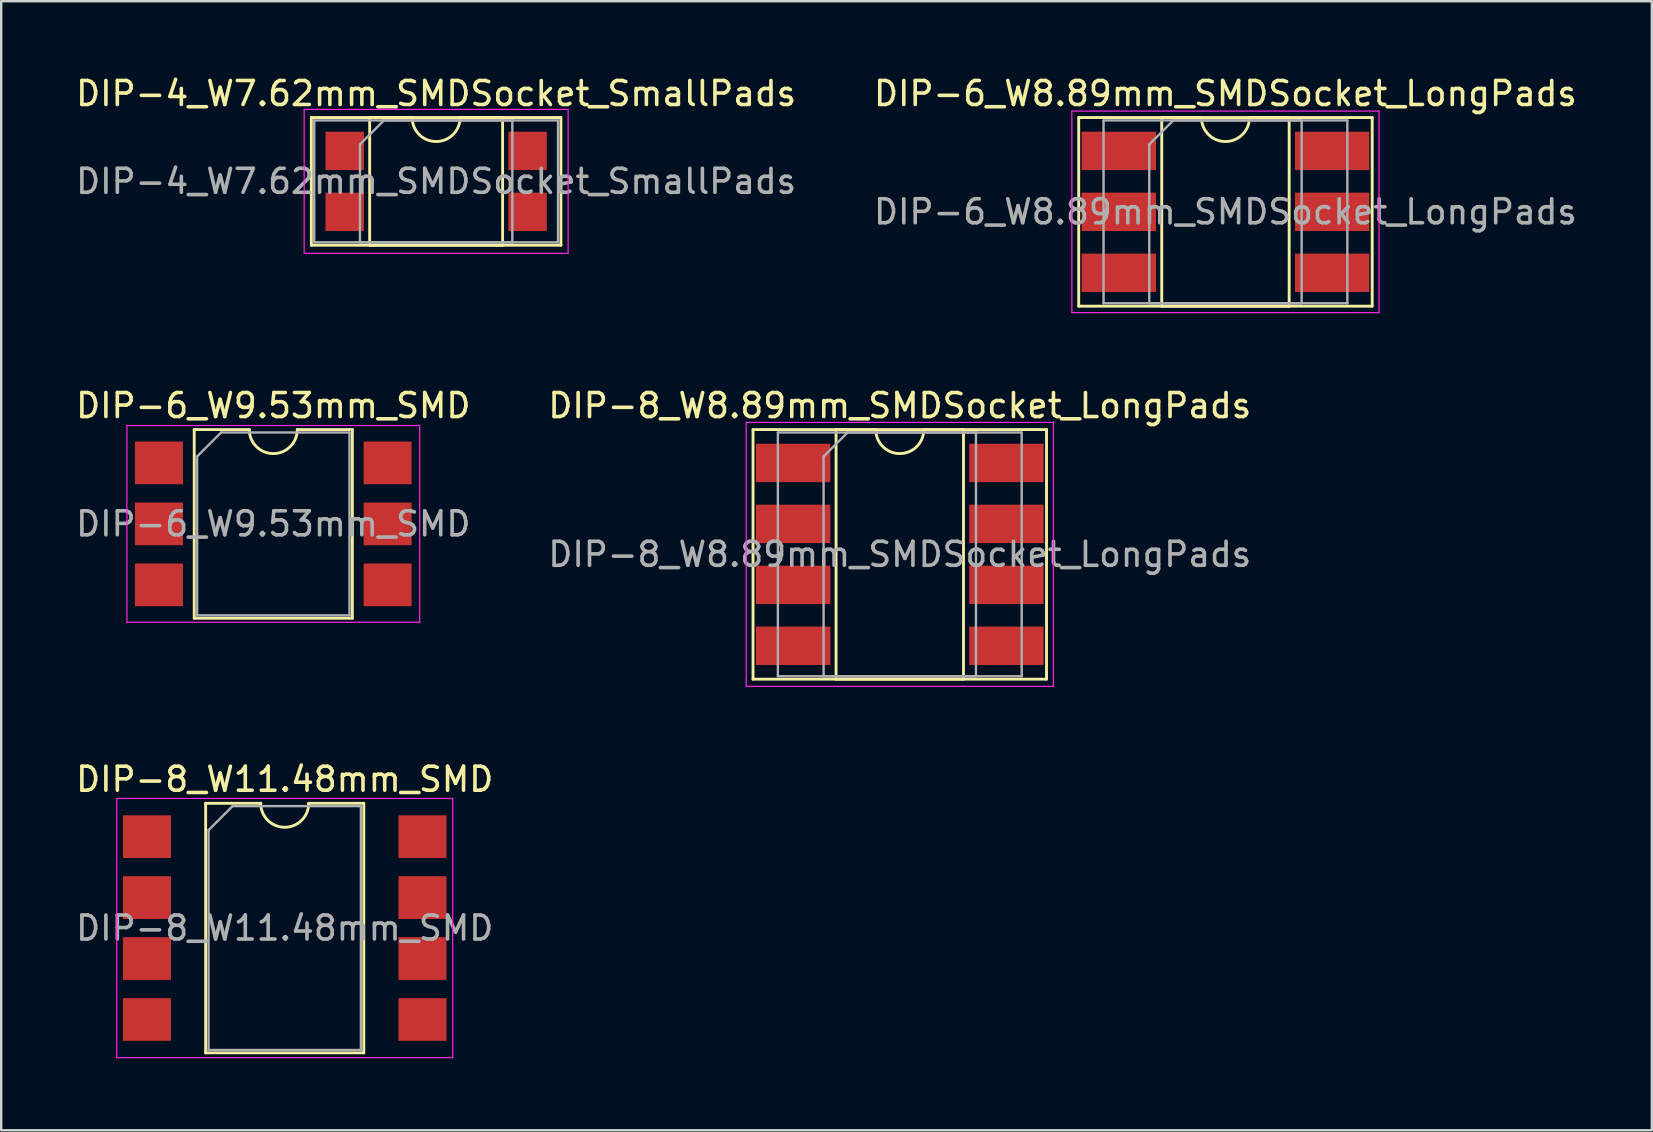
<source format=kicad_pcb>
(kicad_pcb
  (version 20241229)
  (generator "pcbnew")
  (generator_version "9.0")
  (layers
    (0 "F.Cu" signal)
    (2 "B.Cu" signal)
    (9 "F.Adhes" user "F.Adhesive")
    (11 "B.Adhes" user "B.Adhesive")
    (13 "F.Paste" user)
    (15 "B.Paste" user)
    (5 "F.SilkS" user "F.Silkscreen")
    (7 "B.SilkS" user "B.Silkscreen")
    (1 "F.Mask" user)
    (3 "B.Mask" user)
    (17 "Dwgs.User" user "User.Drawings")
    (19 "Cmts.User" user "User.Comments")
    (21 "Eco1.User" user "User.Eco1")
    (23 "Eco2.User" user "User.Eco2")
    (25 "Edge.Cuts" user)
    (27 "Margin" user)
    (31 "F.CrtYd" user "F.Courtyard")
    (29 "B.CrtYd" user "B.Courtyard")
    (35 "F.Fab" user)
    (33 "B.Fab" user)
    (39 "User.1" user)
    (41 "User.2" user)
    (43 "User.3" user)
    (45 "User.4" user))
  (footprint "DIP-8_W8.89mm_SMDSocket_LongPads"
    (layer "F.Cu")
    (at 34.446 20.052)
    (property "Reference" "DIP-8_W8.89mm_SMDSocket_LongPads" (at 0 -6.2 0) (layer "F.SilkS") (effects (font (size 1 1) (thickness 0.15))))
    (attr smd)
    (fp_line (start -6.115 -5.2) (end -6.115 5.2) (stroke (width 0.12) (type solid)) (layer "F.SilkS"))
    (fp_line (start -6.115 5.2) (end 6.115 5.2) (stroke (width 0.12) (type solid)) (layer "F.SilkS"))
    (fp_line (start -2.655 -5.2) (end -2.655 5.2) (stroke (width 0.12) (type solid)) (layer "F.SilkS"))
    (fp_line (start -2.655 5.2) (end 2.655 5.2) (stroke (width 0.12) (type solid)) (layer "F.SilkS"))
    (fp_line (start -1 -5.2) (end -2.655 -5.2) (stroke (width 0.12) (type solid)) (layer "F.SilkS"))
    (fp_line (start 2.655 -5.2) (end 1 -5.2) (stroke (width 0.12) (type solid)) (layer "F.SilkS"))
    (fp_line (start 2.655 5.2) (end 2.655 -5.2) (stroke (width 0.12) (type solid)) (layer "F.SilkS"))
    (fp_line (start 6.115 -5.2) (end -6.115 -5.2) (stroke (width 0.12) (type solid)) (layer "F.SilkS"))
    (fp_line (start 6.115 5.2) (end 6.115 -5.2) (stroke (width 0.12) (type solid)) (layer "F.SilkS"))
    (fp_arc (start 1 -5.2) (mid 0 -4.2) (end -1 -5.2) (stroke (width 0.12) (type solid)) (layer "F.SilkS"))
    (fp_line (start -6.4 -5.5) (end -6.4 5.5) (stroke (width 0.05) (type solid)) (layer "F.CrtYd"))
    (fp_line (start -6.4 5.5) (end 6.4 5.5) (stroke (width 0.05) (type solid)) (layer "F.CrtYd"))
    (fp_line (start 6.4 -5.5) (end -6.4 -5.5) (stroke (width 0.05) (type solid)) (layer "F.CrtYd"))
    (fp_line (start 6.4 5.5) (end 6.4 -5.5) (stroke (width 0.05) (type solid)) (layer "F.CrtYd"))
    (fp_line (start -5.08 -5.08) (end -5.08 5.08) (stroke (width 0.1) (type solid)) (layer "F.Fab"))
    (fp_line (start -5.08 5.08) (end 5.08 5.08) (stroke (width 0.1) (type solid)) (layer "F.Fab"))
    (fp_line (start -3.175 -4.08) (end -2.175 -5.08) (stroke (width 0.1) (type solid)) (layer "F.Fab"))
    (fp_line (start -3.175 5.08) (end -3.175 -4.08) (stroke (width 0.1) (type solid)) (layer "F.Fab"))
    (fp_line (start -2.175 -5.08) (end 3.175 -5.08) (stroke (width 0.1) (type solid)) (layer "F.Fab"))
    (fp_line (start 3.175 -5.08) (end 3.175 5.08) (stroke (width 0.1) (type solid)) (layer "F.Fab"))
    (fp_line (start 3.175 5.08) (end -3.175 5.08) (stroke (width 0.1) (type solid)) (layer "F.Fab"))
    (fp_line (start 5.08 -5.08) (end -5.08 -5.08) (stroke (width 0.1) (type solid)) (layer "F.Fab"))
    (fp_line (start 5.08 5.08) (end 5.08 -5.08) (stroke (width 0.1) (type solid)) (layer "F.Fab"))
    (fp_text user "${REFERENCE}" (at 0 0 0) (layer "F.Fab") (effects (font (size 1 1) (thickness 0.15))))
    (pad "1" smd rect (at -4.445 -3.81) (size 3.1 1.6) (layers "F.Cu" "F.Mask" "F.Paste"))
    (pad "2" smd rect (at -4.445 -1.27) (size 3.1 1.6) (layers "F.Cu" "F.Mask" "F.Paste"))
    (pad "3" smd rect (at -4.445 1.27) (size 3.1 1.6) (layers "F.Cu" "F.Mask" "F.Paste"))
    (pad "4" smd rect (at -4.445 3.81) (size 3.1 1.6) (layers "F.Cu" "F.Mask" "F.Paste"))
    (pad "5" smd rect (at 4.445 3.81) (size 3.1 1.6) (layers "F.Cu" "F.Mask" "F.Paste"))
    (pad "6" smd rect (at 4.445 1.27) (size 3.1 1.6) (layers "F.Cu" "F.Mask" "F.Paste"))
    (pad "7" smd rect (at 4.445 -1.27) (size 3.1 1.6) (layers "F.Cu" "F.Mask" "F.Paste"))
    (pad "8" smd rect (at 4.445 -3.81) (size 3.1 1.6) (layers "F.Cu" "F.Mask" "F.Paste")))
  (footprint "DIP-8_W11.48mm_SMD"
    (layer "F.Cu")
    (at 8.815 35.625)
    (property "Reference" "DIP-8_W11.48mm_SMD" (at 0 -6.2 0) (layer "F.SilkS") (effects (font (size 1 1) (thickness 0.15))))
    (attr smd)
    (fp_line (start -3.295 -5.2) (end -3.295 5.2) (stroke (width 0.12) (type solid)) (layer "F.SilkS"))
    (fp_line (start -3.295 5.2) (end 3.295 5.2) (stroke (width 0.12) (type solid)) (layer "F.SilkS"))
    (fp_line (start -1 -5.2) (end -3.295 -5.2) (stroke (width 0.12) (type solid)) (layer "F.SilkS"))
    (fp_line (start 3.295 -5.2) (end 1 -5.2) (stroke (width 0.12) (type solid)) (layer "F.SilkS"))
    (fp_line (start 3.295 5.2) (end 3.295 -5.2) (stroke (width 0.12) (type solid)) (layer "F.SilkS"))
    (fp_arc (start 1 -5.2) (mid 0 -4.2) (end -1 -5.2) (stroke (width 0.12) (type solid)) (layer "F.SilkS"))
    (fp_line (start -7 -5.4) (end -7 5.4) (stroke (width 0.05) (type solid)) (layer "F.CrtYd"))
    (fp_line (start -7 5.4) (end 7 5.4) (stroke (width 0.05) (type solid)) (layer "F.CrtYd"))
    (fp_line (start 7 -5.4) (end -7 -5.4) (stroke (width 0.05) (type solid)) (layer "F.CrtYd"))
    (fp_line (start 7 5.4) (end 7 -5.4) (stroke (width 0.05) (type solid)) (layer "F.CrtYd"))
    (fp_line (start -3.175 -4.08) (end -2.175 -5.08) (stroke (width 0.1) (type solid)) (layer "F.Fab"))
    (fp_line (start -3.175 5.08) (end -3.175 -4.08) (stroke (width 0.1) (type solid)) (layer "F.Fab"))
    (fp_line (start -2.175 -5.08) (end 3.175 -5.08) (stroke (width 0.1) (type solid)) (layer "F.Fab"))
    (fp_line (start 3.175 -5.08) (end 3.175 5.08) (stroke (width 0.1) (type solid)) (layer "F.Fab"))
    (fp_line (start 3.175 5.08) (end -3.175 5.08) (stroke (width 0.1) (type solid)) (layer "F.Fab"))
    (fp_text user "${REFERENCE}" (at 0 0 0) (layer "F.Fab") (effects (font (size 1 1) (thickness 0.15))))
    (pad "1" smd rect (at -5.74 -3.81) (size 2 1.78) (layers "F.Cu" "F.Mask" "F.Paste"))
    (pad "2" smd rect (at -5.74 -1.27) (size 2 1.78) (layers "F.Cu" "F.Mask" "F.Paste"))
    (pad "3" smd rect (at -5.74 1.27) (size 2 1.78) (layers "F.Cu" "F.Mask" "F.Paste"))
    (pad "4" smd rect (at -5.74 3.81) (size 2 1.78) (layers "F.Cu" "F.Mask" "F.Paste"))
    (pad "5" smd rect (at 5.74 3.81) (size 2 1.78) (layers "F.Cu" "F.Mask" "F.Paste"))
    (pad "6" smd rect (at 5.74 1.27) (size 2 1.78) (layers "F.Cu" "F.Mask" "F.Paste"))
    (pad "7" smd rect (at 5.74 -1.27) (size 2 1.78) (layers "F.Cu" "F.Mask" "F.Paste"))
    (pad "8" smd rect (at 5.74 -3.81) (size 2 1.78) (layers "F.Cu" "F.Mask" "F.Paste")))
  (footprint "DIP-4_W7.62mm_SMDSocket_SmallPads"
    (layer "F.Cu")
    (at 15.125 4.508)
    (property "Reference" "DIP-4_W7.62mm_SMDSocket_SmallPads" (at 0 -3.66 0) (layer "F.SilkS") (effects (font (size 1 1) (thickness 0.15))))
    (attr smd)
    (fp_line (start -5.2 -2.66) (end -5.2 2.66) (stroke (width 0.12) (type solid)) (layer "F.SilkS"))
    (fp_line (start -5.2 2.66) (end 5.2 2.66) (stroke (width 0.12) (type solid)) (layer "F.SilkS"))
    (fp_line (start -2.77 -2.66) (end -2.77 2.66) (stroke (width 0.12) (type solid)) (layer "F.SilkS"))
    (fp_line (start -2.77 2.66) (end 2.77 2.66) (stroke (width 0.12) (type solid)) (layer "F.SilkS"))
    (fp_line (start -1 -2.66) (end -2.77 -2.66) (stroke (width 0.12) (type solid)) (layer "F.SilkS"))
    (fp_line (start 2.77 -2.66) (end 1 -2.66) (stroke (width 0.12) (type solid)) (layer "F.SilkS"))
    (fp_line (start 2.77 2.66) (end 2.77 -2.66) (stroke (width 0.12) (type solid)) (layer "F.SilkS"))
    (fp_line (start 5.2 -2.66) (end -5.2 -2.66) (stroke (width 0.12) (type solid)) (layer "F.SilkS"))
    (fp_line (start 5.2 2.66) (end 5.2 -2.66) (stroke (width 0.12) (type solid)) (layer "F.SilkS"))
    (fp_arc (start 1 -2.66) (mid 0 -1.66) (end -1 -2.66) (stroke (width 0.12) (type solid)) (layer "F.SilkS"))
    (fp_line (start -5.5 -3) (end -5.5 3) (stroke (width 0.05) (type solid)) (layer "F.CrtYd"))
    (fp_line (start -5.5 3) (end 5.5 3) (stroke (width 0.05) (type solid)) (layer "F.CrtYd"))
    (fp_line (start 5.5 -3) (end -5.5 -3) (stroke (width 0.05) (type solid)) (layer "F.CrtYd"))
    (fp_line (start 5.5 3) (end 5.5 -3) (stroke (width 0.05) (type solid)) (layer "F.CrtYd"))
    (fp_line (start -5.08 -2.54) (end -5.08 2.54) (stroke (width 0.1) (type solid)) (layer "F.Fab"))
    (fp_line (start -5.08 2.54) (end 5.08 2.54) (stroke (width 0.1) (type solid)) (layer "F.Fab"))
    (fp_line (start -3.175 -1.54) (end -2.175 -2.54) (stroke (width 0.1) (type solid)) (layer "F.Fab"))
    (fp_line (start -3.175 2.54) (end -3.175 -1.54) (stroke (width 0.1) (type solid)) (layer "F.Fab"))
    (fp_line (start -2.175 -2.54) (end 3.175 -2.54) (stroke (width 0.1) (type solid)) (layer "F.Fab"))
    (fp_line (start 3.175 -2.54) (end 3.175 2.54) (stroke (width 0.1) (type solid)) (layer "F.Fab"))
    (fp_line (start 3.175 2.54) (end -3.175 2.54) (stroke (width 0.1) (type solid)) (layer "F.Fab"))
    (fp_line (start 5.08 -2.54) (end -5.08 -2.54) (stroke (width 0.1) (type solid)) (layer "F.Fab"))
    (fp_line (start 5.08 2.54) (end 5.08 -2.54) (stroke (width 0.1) (type solid)) (layer "F.Fab"))
    (fp_text user "${REFERENCE}" (at 0 0 0) (layer "F.Fab") (effects (font (size 1 1) (thickness 0.15))))
    (pad "1" smd rect (at -3.81 -1.27) (size 1.6 1.6) (layers "F.Cu" "F.Mask" "F.Paste"))
    (pad "2" smd rect (at -3.81 1.27) (size 1.6 1.6) (layers "F.Cu" "F.Mask" "F.Paste"))
    (pad "3" smd rect (at 3.81 1.27) (size 1.6 1.6) (layers "F.Cu" "F.Mask" "F.Paste"))
    (pad "4" smd rect (at 3.81 -1.27) (size 1.6 1.6) (layers "F.Cu" "F.Mask" "F.Paste")))
  (footprint "DIP-6_W8.89mm_SMDSocket_LongPads"
    (layer "F.Cu")
    (at 48.018 5.778)
    (property "Reference" "DIP-6_W8.89mm_SMDSocket_LongPads" (at 0 -4.93 0) (layer "F.SilkS") (effects (font (size 1 1) (thickness 0.15))))
    (attr smd)
    (fp_line (start -6.115 -3.93) (end -6.115 3.93) (stroke (width 0.12) (type solid)) (layer "F.SilkS"))
    (fp_line (start -6.115 3.93) (end 6.115 3.93) (stroke (width 0.12) (type solid)) (layer "F.SilkS"))
    (fp_line (start -2.655 -3.93) (end -2.655 3.93) (stroke (width 0.12) (type solid)) (layer "F.SilkS"))
    (fp_line (start -2.655 3.93) (end 2.655 3.93) (stroke (width 0.12) (type solid)) (layer "F.SilkS"))
    (fp_line (start -1 -3.93) (end -2.655 -3.93) (stroke (width 0.12) (type solid)) (layer "F.SilkS"))
    (fp_line (start 2.655 -3.93) (end 1 -3.93) (stroke (width 0.12) (type solid)) (layer "F.SilkS"))
    (fp_line (start 2.655 3.93) (end 2.655 -3.93) (stroke (width 0.12) (type solid)) (layer "F.SilkS"))
    (fp_line (start 6.115 -3.93) (end -6.115 -3.93) (stroke (width 0.12) (type solid)) (layer "F.SilkS"))
    (fp_line (start 6.115 3.93) (end 6.115 -3.93) (stroke (width 0.12) (type solid)) (layer "F.SilkS"))
    (fp_arc (start 1 -3.93) (mid 0 -2.93) (end -1 -3.93) (stroke (width 0.12) (type solid)) (layer "F.SilkS"))
    (fp_line (start -6.4 -4.2) (end -6.4 4.2) (stroke (width 0.05) (type solid)) (layer "F.CrtYd"))
    (fp_line (start -6.4 4.2) (end 6.4 4.2) (stroke (width 0.05) (type solid)) (layer "F.CrtYd"))
    (fp_line (start 6.4 -4.2) (end -6.4 -4.2) (stroke (width 0.05) (type solid)) (layer "F.CrtYd"))
    (fp_line (start 6.4 4.2) (end 6.4 -4.2) (stroke (width 0.05) (type solid)) (layer "F.CrtYd"))
    (fp_line (start -5.08 -3.81) (end -5.08 3.81) (stroke (width 0.1) (type solid)) (layer "F.Fab"))
    (fp_line (start -5.08 3.81) (end 5.08 3.81) (stroke (width 0.1) (type solid)) (layer "F.Fab"))
    (fp_line (start -3.175 -2.81) (end -2.175 -3.81) (stroke (width 0.1) (type solid)) (layer "F.Fab"))
    (fp_line (start -3.175 3.81) (end -3.175 -2.81) (stroke (width 0.1) (type solid)) (layer "F.Fab"))
    (fp_line (start -2.175 -3.81) (end 3.175 -3.81) (stroke (width 0.1) (type solid)) (layer "F.Fab"))
    (fp_line (start 3.175 -3.81) (end 3.175 3.81) (stroke (width 0.1) (type solid)) (layer "F.Fab"))
    (fp_line (start 3.175 3.81) (end -3.175 3.81) (stroke (width 0.1) (type solid)) (layer "F.Fab"))
    (fp_line (start 5.08 -3.81) (end -5.08 -3.81) (stroke (width 0.1) (type solid)) (layer "F.Fab"))
    (fp_line (start 5.08 3.81) (end 5.08 -3.81) (stroke (width 0.1) (type solid)) (layer "F.Fab"))
    (fp_text user "${REFERENCE}" (at 0 0 0) (layer "F.Fab") (effects (font (size 1 1) (thickness 0.15))))
    (pad "1" smd rect (at -4.445 -2.54) (size 3.1 1.6) (layers "F.Cu" "F.Mask" "F.Paste"))
    (pad "2" smd rect (at -4.445 0) (size 3.1 1.6) (layers "F.Cu" "F.Mask" "F.Paste"))
    (pad "3" smd rect (at -4.445 2.54) (size 3.1 1.6) (layers "F.Cu" "F.Mask" "F.Paste"))
    (pad "4" smd rect (at 4.445 2.54) (size 3.1 1.6) (layers "F.Cu" "F.Mask" "F.Paste"))
    (pad "5" smd rect (at 4.445 0) (size 3.1 1.6) (layers "F.Cu" "F.Mask" "F.Paste"))
    (pad "6" smd rect (at 4.445 -2.54) (size 3.1 1.6) (layers "F.Cu" "F.Mask" "F.Paste")))
  (footprint "DIP-6_W9.53mm_SMD"
    (layer "F.Cu")
    (at 8.339 18.782)
    (property "Reference" "DIP-6_W9.53mm_SMD" (at 0 -4.93 0) (layer "F.SilkS") (effects (font (size 1 1) (thickness 0.15))))
    (attr smd)
    (fp_line (start -3.295 -3.93) (end -3.295 3.93) (stroke (width 0.12) (type solid)) (layer "F.SilkS"))
    (fp_line (start -3.295 3.93) (end 3.295 3.93) (stroke (width 0.12) (type solid)) (layer "F.SilkS"))
    (fp_line (start -1 -3.93) (end -3.295 -3.93) (stroke (width 0.12) (type solid)) (layer "F.SilkS"))
    (fp_line (start 3.295 -3.93) (end 1 -3.93) (stroke (width 0.12) (type solid)) (layer "F.SilkS"))
    (fp_line (start 3.295 3.93) (end 3.295 -3.93) (stroke (width 0.12) (type solid)) (layer "F.SilkS"))
    (fp_arc (start 1 -3.93) (mid 0 -2.93) (end -1 -3.93) (stroke (width 0.12) (type solid)) (layer "F.SilkS"))
    (fp_line (start -6.1 -4.1) (end -6.1 4.1) (stroke (width 0.05) (type solid)) (layer "F.CrtYd"))
    (fp_line (start -6.1 4.1) (end 6.1 4.1) (stroke (width 0.05) (type solid)) (layer "F.CrtYd"))
    (fp_line (start 6.1 -4.1) (end -6.1 -4.1) (stroke (width 0.05) (type solid)) (layer "F.CrtYd"))
    (fp_line (start 6.1 4.1) (end 6.1 -4.1) (stroke (width 0.05) (type solid)) (layer "F.CrtYd"))
    (fp_line (start -3.175 -2.81) (end -2.175 -3.81) (stroke (width 0.1) (type solid)) (layer "F.Fab"))
    (fp_line (start -3.175 3.81) (end -3.175 -2.81) (stroke (width 0.1) (type solid)) (layer "F.Fab"))
    (fp_line (start -2.175 -3.81) (end 3.175 -3.81) (stroke (width 0.1) (type solid)) (layer "F.Fab"))
    (fp_line (start 3.175 -3.81) (end 3.175 3.81) (stroke (width 0.1) (type solid)) (layer "F.Fab"))
    (fp_line (start 3.175 3.81) (end -3.175 3.81) (stroke (width 0.1) (type solid)) (layer "F.Fab"))
    (fp_text user "${REFERENCE}" (at 0 0 0) (layer "F.Fab") (effects (font (size 1 1) (thickness 0.15))))
    (pad "1" smd rect (at -4.765 -2.54) (size 2 1.78) (layers "F.Cu" "F.Mask" "F.Paste"))
    (pad "2" smd rect (at -4.765 0) (size 2 1.78) (layers "F.Cu" "F.Mask" "F.Paste"))
    (pad "3" smd rect (at -4.765 2.54) (size 2 1.78) (layers "F.Cu" "F.Mask" "F.Paste"))
    (pad "4" smd rect (at 4.765 2.54) (size 2 1.78) (layers "F.Cu" "F.Mask" "F.Paste"))
    (pad "5" smd rect (at 4.765 0) (size 2 1.78) (layers "F.Cu" "F.Mask" "F.Paste"))
    (pad "6" smd rect (at 4.765 -2.54) (size 2 1.78) (layers "F.Cu" "F.Mask" "F.Paste")))
  (gr_rect
    (start -3 -3)
    (end 65.786 44.05)
    (stroke (width 0.1) (type default))
    (fill no)
    (layer "Edge.Cuts")))
</source>
